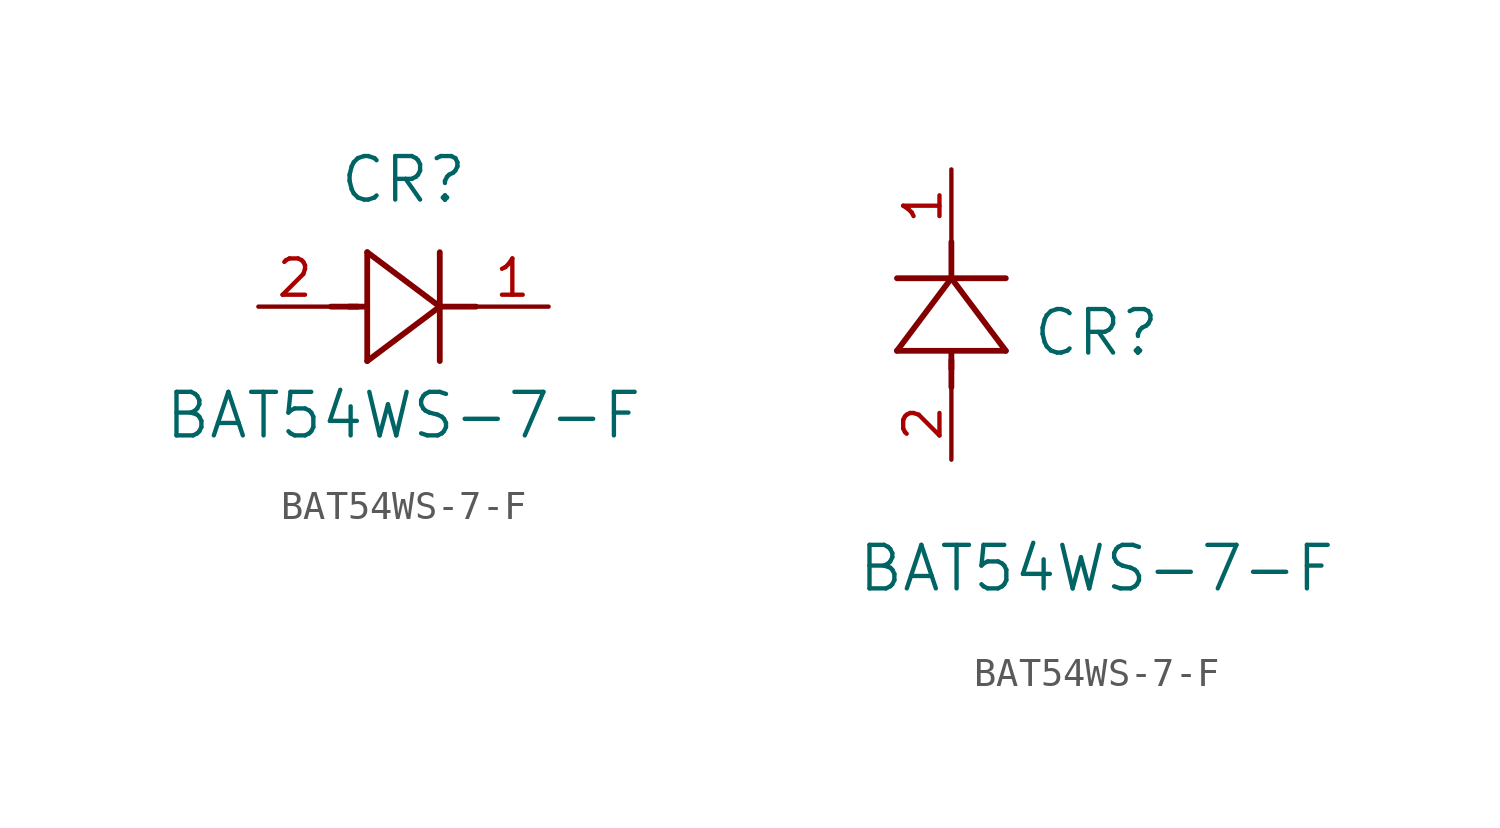
<source format=kicad_sym>
(kicad_symbol_lib
  (version 20241209)
  (generator "kicad_symbol_editor")
  (generator_version "9.0")
  (symbol "BAT54WS-7-F"
    (pin_names
      (offset 0.254))
    (property "Reference" "CR"
      (at 5.08 4.445 0)
      (effects (font (size 1.524 1.524))))
    (property "Value" "BAT54WS-7-F"
      (at 5.08 -3.81 0)
      (effects (font (size 1.524 1.524))))
    (symbol "BAT54WS-7-F_1_1"
      (polyline (pts (xy 2.54 0) (xy 3.48 0)) (stroke (width 0.203) (type default)) (fill (type none)))
      (polyline (pts (xy 3.175 0) (xy 3.81 0)) (stroke (width 0.203) (type default)) (fill (type none)))
      (polyline (pts (xy 3.81 1.905) (xy 3.81 -1.905)) (stroke (width 0.203) (type default)) (fill (type none)))
      (polyline (pts (xy 3.81 -1.905) (xy 6.35 0)) (stroke (width 0.203) (type default)) (fill (type none)))
      (polyline (pts (xy 6.35 0) (xy 3.81 1.905)) (stroke (width 0.203) (type default)) (fill (type none)))
      (polyline (pts (xy 6.35 0) (xy 7.62 0)) (stroke (width 0.203) (type default)) (fill (type none)))
      (polyline (pts (xy 6.35 -1.905) (xy 6.35 1.905)) (stroke (width 0.203) (type default)) (fill (type none)))
      (pin unspecified line (at 0 0 0) (length 2.54) (name "" (effects (font (size 1.27 1.27)))) (number "2" (effects (font (size 1.27 1.27)))))
      (pin unspecified line (at 10.16 0 180) (length 2.54) (name "" (effects (font (size 1.27 1.27)))) (number "1" (effects (font (size 1.27 1.27))))))
    (symbol "BAT54WS-7-F_1_2"
      (polyline (pts (xy -1.905 3.81) (xy 1.905 3.81)) (stroke (width 0.203) (type default)) (fill (type none)))
      (polyline (pts (xy 0 6.35) (xy -1.905 3.81)) (stroke (width 0.203) (type default)) (fill (type none)))
      (polyline (pts (xy 0 6.35) (xy 0 7.62)) (stroke (width 0.203) (type default)) (fill (type none)))
      (polyline (pts (xy 0 3.175) (xy 0 3.81)) (stroke (width 0.203) (type default)) (fill (type none)))
      (polyline (pts (xy 0 2.54) (xy 0 3.48)) (stroke (width 0.203) (type default)) (fill (type none)))
      (polyline (pts (xy 1.905 6.35) (xy -1.905 6.35)) (stroke (width 0.203) (type default)) (fill (type none)))
      (polyline (pts (xy 1.905 3.81) (xy 0 6.35)) (stroke (width 0.203) (type default)) (fill (type none)))
      (pin unspecified line (at 0 10.16 270) (length 2.54) (name "" (effects (font (size 1.27 1.27)))) (number "1" (effects (font (size 1.27 1.27)))))
      (pin unspecified line (at 0 0 90) (length 2.54) (name "" (effects (font (size 1.27 1.27)))) (number "2" (effects (font (size 1.27 1.27))))))))
</source>
